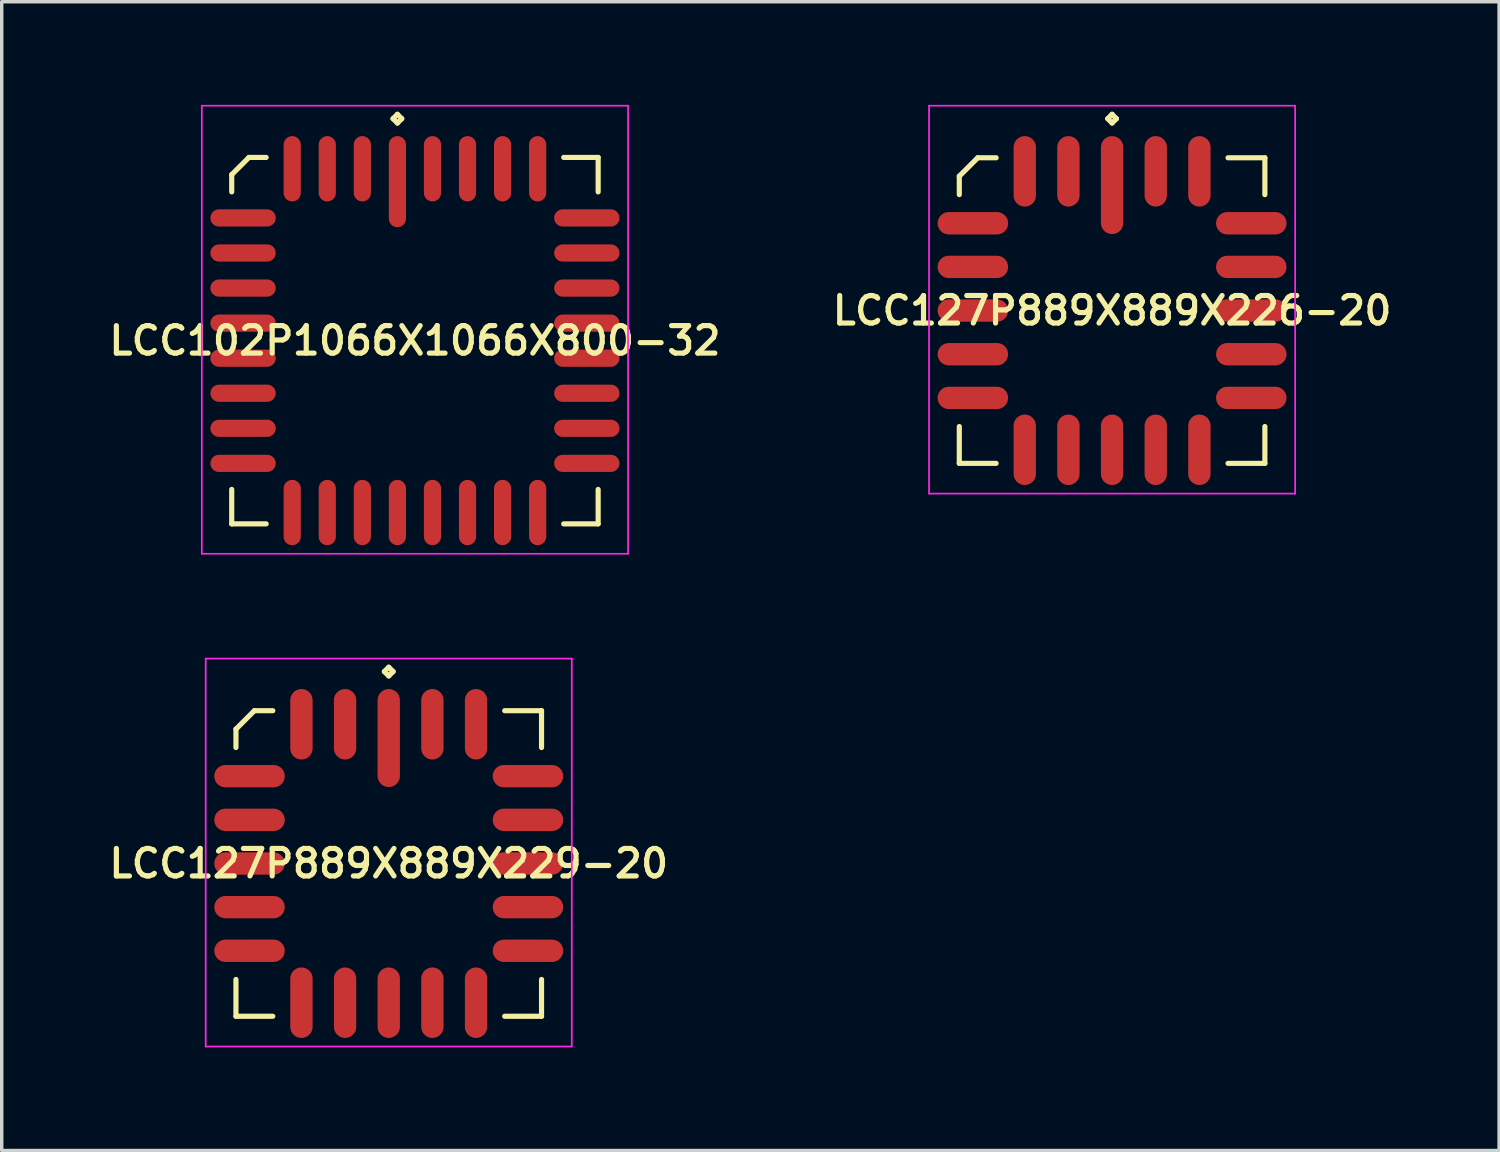
<source format=kicad_pcb>
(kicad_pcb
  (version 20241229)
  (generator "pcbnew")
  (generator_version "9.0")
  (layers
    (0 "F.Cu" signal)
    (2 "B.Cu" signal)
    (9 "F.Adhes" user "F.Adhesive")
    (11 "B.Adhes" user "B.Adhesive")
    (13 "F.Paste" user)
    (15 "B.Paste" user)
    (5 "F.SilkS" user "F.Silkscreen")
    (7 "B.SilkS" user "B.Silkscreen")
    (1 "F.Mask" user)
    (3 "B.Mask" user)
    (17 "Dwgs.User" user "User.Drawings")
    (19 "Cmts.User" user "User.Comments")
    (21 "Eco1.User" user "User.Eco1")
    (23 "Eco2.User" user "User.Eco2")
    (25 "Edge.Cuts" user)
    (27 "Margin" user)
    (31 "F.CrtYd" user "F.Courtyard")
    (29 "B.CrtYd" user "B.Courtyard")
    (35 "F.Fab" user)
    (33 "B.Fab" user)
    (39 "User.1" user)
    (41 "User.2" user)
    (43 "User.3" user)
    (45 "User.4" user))
  (footprint "LCC102P1066X1066X800-32"
    (layer "F.Cu")
    (at 9.021 6.86)
    (property "Reference" "LCC102P1066X1066X800-32" (at 0 0 0) (layer "F.SilkS") (effects (font (size 0.8 0.8) (thickness 0.15))))
    (attr smd)
    (fp_line (start -5.33 -4.829) (end -4.829 -5.33) (stroke (width 0.15) (type solid)) (layer "F.SilkS"))
    (fp_line (start -5.33 -4.328) (end -5.33 -4.829) (stroke (width 0.15) (type solid)) (layer "F.SilkS"))
    (fp_line (start -5.33 4.328) (end -5.33 5.33) (stroke (width 0.15) (type solid)) (layer "F.SilkS"))
    (fp_line (start -5.33 5.33) (end -4.328 5.33) (stroke (width 0.15) (type solid)) (layer "F.SilkS"))
    (fp_line (start -4.829 -5.33) (end -4.328 -5.33) (stroke (width 0.15) (type solid)) (layer "F.SilkS"))
    (fp_line (start -0.637 -6.458) (end -0.51 -6.585) (stroke (width 0.15) (type solid)) (layer "F.SilkS"))
    (fp_line (start -0.51 -6.585) (end -0.383 -6.458) (stroke (width 0.15) (type solid)) (layer "F.SilkS"))
    (fp_line (start -0.51 -6.331) (end -0.637 -6.458) (stroke (width 0.15) (type solid)) (layer "F.SilkS"))
    (fp_line (start -0.383 -6.458) (end -0.51 -6.331) (stroke (width 0.15) (type solid)) (layer "F.SilkS"))
    (fp_line (start 5.33 -5.33) (end 4.328 -5.33) (stroke (width 0.15) (type solid)) (layer "F.SilkS"))
    (fp_line (start 5.33 -4.328) (end 5.33 -5.33) (stroke (width 0.15) (type solid)) (layer "F.SilkS"))
    (fp_line (start 5.33 4.328) (end 5.33 5.33) (stroke (width 0.15) (type solid)) (layer "F.SilkS"))
    (fp_line (start 5.33 5.33) (end 4.328 5.33) (stroke (width 0.15) (type solid)) (layer "F.SilkS"))
    (fp_line (start -6.2 -6.835) (end 6.2 -6.835) (stroke (width 0.05) (type solid)) (layer "F.CrtYd"))
    (fp_line (start -6.2 6.2) (end -6.2 -6.835) (stroke (width 0.05) (type solid)) (layer "F.CrtYd"))
    (fp_line (start 6.2 -6.835) (end 6.2 6.2) (stroke (width 0.05) (type solid)) (layer "F.CrtYd"))
    (fp_line (start 6.2 6.2) (end -6.2 6.2) (stroke (width 0.05) (type solid)) (layer "F.CrtYd"))
    (pad "1" smd oval (at -0.51 -4.625) (size 0.5 2.65) (layers "F.Cu" "F.Mask" "F.Paste"))
    (pad "2" smd oval (at -1.53 -5) (size 0.5 1.9) (layers "F.Cu" "F.Mask" "F.Paste"))
    (pad "3" smd oval (at -2.55 -5) (size 0.5 1.9) (layers "F.Cu" "F.Mask" "F.Paste"))
    (pad "4" smd oval (at -3.57 -5) (size 0.5 1.9) (layers "F.Cu" "F.Mask" "F.Paste"))
    (pad "5" smd oval (at -5 -3.57) (size 1.9 0.5) (layers "F.Cu" "F.Mask" "F.Paste"))
    (pad "6" smd oval (at -5 -2.55) (size 1.9 0.5) (layers "F.Cu" "F.Mask" "F.Paste"))
    (pad "7" smd oval (at -5 -1.53) (size 1.9 0.5) (layers "F.Cu" "F.Mask" "F.Paste"))
    (pad "8" smd oval (at -5 -0.51) (size 1.9 0.5) (layers "F.Cu" "F.Mask" "F.Paste"))
    (pad "9" smd oval (at -5 0.51) (size 1.9 0.5) (layers "F.Cu" "F.Mask" "F.Paste"))
    (pad "10" smd oval (at -5 1.53) (size 1.9 0.5) (layers "F.Cu" "F.Mask" "F.Paste"))
    (pad "11" smd oval (at -5 2.55) (size 1.9 0.5) (layers "F.Cu" "F.Mask" "F.Paste"))
    (pad "12" smd oval (at -5 3.57) (size 1.9 0.5) (layers "F.Cu" "F.Mask" "F.Paste"))
    (pad "13" smd oval (at -3.57 5) (size 0.5 1.9) (layers "F.Cu" "F.Mask" "F.Paste"))
    (pad "14" smd oval (at -2.55 5) (size 0.5 1.9) (layers "F.Cu" "F.Mask" "F.Paste"))
    (pad "15" smd oval (at -1.53 5) (size 0.5 1.9) (layers "F.Cu" "F.Mask" "F.Paste"))
    (pad "16" smd oval (at -0.51 5) (size 0.5 1.9) (layers "F.Cu" "F.Mask" "F.Paste"))
    (pad "17" smd oval (at 0.51 5) (size 0.5 1.9) (layers "F.Cu" "F.Mask" "F.Paste"))
    (pad "18" smd oval (at 1.53 5) (size 0.5 1.9) (layers "F.Cu" "F.Mask" "F.Paste"))
    (pad "19" smd oval (at 2.55 5) (size 0.5 1.9) (layers "F.Cu" "F.Mask" "F.Paste"))
    (pad "20" smd oval (at 3.57 5) (size 0.5 1.9) (layers "F.Cu" "F.Mask" "F.Paste"))
    (pad "21" smd oval (at 5 3.57) (size 1.9 0.5) (layers "F.Cu" "F.Mask" "F.Paste"))
    (pad "22" smd oval (at 5 2.55) (size 1.9 0.5) (layers "F.Cu" "F.Mask" "F.Paste"))
    (pad "23" smd oval (at 5 1.53) (size 1.9 0.5) (layers "F.Cu" "F.Mask" "F.Paste"))
    (pad "24" smd oval (at 5 0.51) (size 1.9 0.5) (layers "F.Cu" "F.Mask" "F.Paste"))
    (pad "25" smd oval (at 5 -0.51) (size 1.9 0.5) (layers "F.Cu" "F.Mask" "F.Paste"))
    (pad "26" smd oval (at 5 -1.53) (size 1.9 0.5) (layers "F.Cu" "F.Mask" "F.Paste"))
    (pad "27" smd oval (at 5 -2.55) (size 1.9 0.5) (layers "F.Cu" "F.Mask" "F.Paste"))
    (pad "28" smd oval (at 5 -3.57) (size 1.9 0.5) (layers "F.Cu" "F.Mask" "F.Paste"))
    (pad "29" smd oval (at 3.57 -5) (size 0.5 1.9) (layers "F.Cu" "F.Mask" "F.Paste"))
    (pad "30" smd oval (at 2.55 -5) (size 0.5 1.9) (layers "F.Cu" "F.Mask" "F.Paste"))
    (pad "31" smd oval (at 1.53 -5) (size 0.5 1.9) (layers "F.Cu" "F.Mask" "F.Paste"))
    (pad "32" smd oval (at 0.51 -5) (size 0.5 1.9) (layers "F.Cu" "F.Mask" "F.Paste")))
  (footprint "LCC127P889X889X229-20"
    (layer "F.Cu")
    (at 8.259 22.07)
    (property "Reference" "LCC127P889X889X229-20" (at 0 0 0) (layer "F.SilkS") (effects (font (size 0.8 0.8) (thickness 0.15))))
    (attr smd)
    (fp_line (start -4.445 -3.909) (end -3.909 -4.445) (stroke (width 0.15) (type solid)) (layer "F.SilkS"))
    (fp_line (start -4.445 -3.373) (end -4.445 -3.909) (stroke (width 0.15) (type solid)) (layer "F.SilkS"))
    (fp_line (start -4.445 3.373) (end -4.445 4.445) (stroke (width 0.15) (type solid)) (layer "F.SilkS"))
    (fp_line (start -4.445 4.445) (end -3.373 4.445) (stroke (width 0.15) (type solid)) (layer "F.SilkS"))
    (fp_line (start -3.909 -4.445) (end -3.373 -4.445) (stroke (width 0.15) (type solid)) (layer "F.SilkS"))
    (fp_line (start -0.127 -5.583) (end 0 -5.71) (stroke (width 0.15) (type solid)) (layer "F.SilkS"))
    (fp_line (start 0 -5.71) (end 0.127 -5.583) (stroke (width 0.15) (type solid)) (layer "F.SilkS"))
    (fp_line (start 0 -5.456) (end -0.127 -5.583) (stroke (width 0.15) (type solid)) (layer "F.SilkS"))
    (fp_line (start 0.127 -5.583) (end 0 -5.456) (stroke (width 0.15) (type solid)) (layer "F.SilkS"))
    (fp_line (start 4.445 -4.445) (end 3.373 -4.445) (stroke (width 0.15) (type solid)) (layer "F.SilkS"))
    (fp_line (start 4.445 -3.373) (end 4.445 -4.445) (stroke (width 0.15) (type solid)) (layer "F.SilkS"))
    (fp_line (start 4.445 3.373) (end 4.445 4.445) (stroke (width 0.15) (type solid)) (layer "F.SilkS"))
    (fp_line (start 4.445 4.445) (end 3.373 4.445) (stroke (width 0.15) (type solid)) (layer "F.SilkS"))
    (fp_line (start -5.325 -5.96) (end 5.325 -5.96) (stroke (width 0.05) (type solid)) (layer "F.CrtYd"))
    (fp_line (start -5.325 5.325) (end -5.325 -5.96) (stroke (width 0.05) (type solid)) (layer "F.CrtYd"))
    (fp_line (start 5.325 -5.96) (end 5.325 5.325) (stroke (width 0.05) (type solid)) (layer "F.CrtYd"))
    (fp_line (start 5.325 5.325) (end -5.325 5.325) (stroke (width 0.05) (type solid)) (layer "F.CrtYd"))
    (pad "1" smd oval (at 0 -3.65) (size 0.65 2.85) (layers "F.Cu" "F.Mask" "F.Paste"))
    (pad "2" smd oval (at -1.27 -4.05) (size 0.65 2.05) (layers "F.Cu" "F.Mask" "F.Paste"))
    (pad "3" smd oval (at -2.54 -4.05) (size 0.65 2.05) (layers "F.Cu" "F.Mask" "F.Paste"))
    (pad "4" smd oval (at -4.05 -2.54) (size 2.05 0.65) (layers "F.Cu" "F.Mask" "F.Paste"))
    (pad "5" smd oval (at -4.05 -1.27) (size 2.05 0.65) (layers "F.Cu" "F.Mask" "F.Paste"))
    (pad "6" smd oval (at -4.05 0) (size 2.05 0.65) (layers "F.Cu" "F.Mask" "F.Paste"))
    (pad "7" smd oval (at -4.05 1.27) (size 2.05 0.65) (layers "F.Cu" "F.Mask" "F.Paste"))
    (pad "8" smd oval (at -4.05 2.54) (size 2.05 0.65) (layers "F.Cu" "F.Mask" "F.Paste"))
    (pad "9" smd oval (at -2.54 4.05) (size 0.65 2.05) (layers "F.Cu" "F.Mask" "F.Paste"))
    (pad "10" smd oval (at -1.27 4.05) (size 0.65 2.05) (layers "F.Cu" "F.Mask" "F.Paste"))
    (pad "11" smd oval (at 0 4.05) (size 0.65 2.05) (layers "F.Cu" "F.Mask" "F.Paste"))
    (pad "12" smd oval (at 1.27 4.05) (size 0.65 2.05) (layers "F.Cu" "F.Mask" "F.Paste"))
    (pad "13" smd oval (at 2.54 4.05) (size 0.65 2.05) (layers "F.Cu" "F.Mask" "F.Paste"))
    (pad "14" smd oval (at 4.05 2.54) (size 2.05 0.65) (layers "F.Cu" "F.Mask" "F.Paste"))
    (pad "15" smd oval (at 4.05 1.27) (size 2.05 0.65) (layers "F.Cu" "F.Mask" "F.Paste"))
    (pad "16" smd oval (at 4.05 0) (size 2.05 0.65) (layers "F.Cu" "F.Mask" "F.Paste"))
    (pad "17" smd oval (at 4.05 -1.27) (size 2.05 0.65) (layers "F.Cu" "F.Mask" "F.Paste"))
    (pad "18" smd oval (at 4.05 -2.54) (size 2.05 0.65) (layers "F.Cu" "F.Mask" "F.Paste"))
    (pad "19" smd oval (at 2.54 -4.05) (size 0.65 2.05) (layers "F.Cu" "F.Mask" "F.Paste"))
    (pad "20" smd oval (at 1.27 -4.05) (size 0.65 2.05) (layers "F.Cu" "F.Mask" "F.Paste")))
  (footprint "LCC127P889X889X226-20"
    (layer "F.Cu")
    (at 29.302 5.985)
    (property "Reference" "LCC127P889X889X226-20" (at 0 0 0) (layer "F.SilkS") (effects (font (size 0.8 0.8) (thickness 0.15))))
    (attr smd)
    (fp_line (start -4.445 -3.909) (end -3.909 -4.445) (stroke (width 0.15) (type solid)) (layer "F.SilkS"))
    (fp_line (start -4.445 -3.373) (end -4.445 -3.909) (stroke (width 0.15) (type solid)) (layer "F.SilkS"))
    (fp_line (start -4.445 3.373) (end -4.445 4.445) (stroke (width 0.15) (type solid)) (layer "F.SilkS"))
    (fp_line (start -4.445 4.445) (end -3.373 4.445) (stroke (width 0.15) (type solid)) (layer "F.SilkS"))
    (fp_line (start -3.909 -4.445) (end -3.373 -4.445) (stroke (width 0.15) (type solid)) (layer "F.SilkS"))
    (fp_line (start -0.127 -5.583) (end 0 -5.71) (stroke (width 0.15) (type solid)) (layer "F.SilkS"))
    (fp_line (start 0 -5.71) (end 0.127 -5.583) (stroke (width 0.15) (type solid)) (layer "F.SilkS"))
    (fp_line (start 0 -5.456) (end -0.127 -5.583) (stroke (width 0.15) (type solid)) (layer "F.SilkS"))
    (fp_line (start 0.127 -5.583) (end 0 -5.456) (stroke (width 0.15) (type solid)) (layer "F.SilkS"))
    (fp_line (start 4.445 -4.445) (end 3.373 -4.445) (stroke (width 0.15) (type solid)) (layer "F.SilkS"))
    (fp_line (start 4.445 -3.373) (end 4.445 -4.445) (stroke (width 0.15) (type solid)) (layer "F.SilkS"))
    (fp_line (start 4.445 3.373) (end 4.445 4.445) (stroke (width 0.15) (type solid)) (layer "F.SilkS"))
    (fp_line (start 4.445 4.445) (end 3.373 4.445) (stroke (width 0.15) (type solid)) (layer "F.SilkS"))
    (fp_line (start -5.325 -5.96) (end 5.325 -5.96) (stroke (width 0.05) (type solid)) (layer "F.CrtYd"))
    (fp_line (start -5.325 5.325) (end -5.325 -5.96) (stroke (width 0.05) (type solid)) (layer "F.CrtYd"))
    (fp_line (start 5.325 -5.96) (end 5.325 5.325) (stroke (width 0.05) (type solid)) (layer "F.CrtYd"))
    (fp_line (start 5.325 5.325) (end -5.325 5.325) (stroke (width 0.05) (type solid)) (layer "F.CrtYd"))
    (pad "1" smd oval (at 0 -3.65) (size 0.65 2.85) (layers "F.Cu" "F.Mask" "F.Paste"))
    (pad "2" smd oval (at -1.27 -4.05) (size 0.65 2.05) (layers "F.Cu" "F.Mask" "F.Paste"))
    (pad "3" smd oval (at -2.54 -4.05) (size 0.65 2.05) (layers "F.Cu" "F.Mask" "F.Paste"))
    (pad "4" smd oval (at -4.05 -2.54) (size 2.05 0.65) (layers "F.Cu" "F.Mask" "F.Paste"))
    (pad "5" smd oval (at -4.05 -1.27) (size 2.05 0.65) (layers "F.Cu" "F.Mask" "F.Paste"))
    (pad "6" smd oval (at -4.05 0) (size 2.05 0.65) (layers "F.Cu" "F.Mask" "F.Paste"))
    (pad "7" smd oval (at -4.05 1.27) (size 2.05 0.65) (layers "F.Cu" "F.Mask" "F.Paste"))
    (pad "8" smd oval (at -4.05 2.54) (size 2.05 0.65) (layers "F.Cu" "F.Mask" "F.Paste"))
    (pad "9" smd oval (at -2.54 4.05) (size 0.65 2.05) (layers "F.Cu" "F.Mask" "F.Paste"))
    (pad "10" smd oval (at -1.27 4.05) (size 0.65 2.05) (layers "F.Cu" "F.Mask" "F.Paste"))
    (pad "11" smd oval (at 0 4.05) (size 0.65 2.05) (layers "F.Cu" "F.Mask" "F.Paste"))
    (pad "12" smd oval (at 1.27 4.05) (size 0.65 2.05) (layers "F.Cu" "F.Mask" "F.Paste"))
    (pad "13" smd oval (at 2.54 4.05) (size 0.65 2.05) (layers "F.Cu" "F.Mask" "F.Paste"))
    (pad "14" smd oval (at 4.05 2.54) (size 2.05 0.65) (layers "F.Cu" "F.Mask" "F.Paste"))
    (pad "15" smd oval (at 4.05 1.27) (size 2.05 0.65) (layers "F.Cu" "F.Mask" "F.Paste"))
    (pad "16" smd oval (at 4.05 0) (size 2.05 0.65) (layers "F.Cu" "F.Mask" "F.Paste"))
    (pad "17" smd oval (at 4.05 -1.27) (size 2.05 0.65) (layers "F.Cu" "F.Mask" "F.Paste"))
    (pad "18" smd oval (at 4.05 -2.54) (size 2.05 0.65) (layers "F.Cu" "F.Mask" "F.Paste"))
    (pad "19" smd oval (at 2.54 -4.05) (size 0.65 2.05) (layers "F.Cu" "F.Mask" "F.Paste"))
    (pad "20" smd oval (at 1.27 -4.05) (size 0.65 2.05) (layers "F.Cu" "F.Mask" "F.Paste")))
  (gr_rect
    (start -3 -3)
    (end 40.561 30.42)
    (stroke (width 0.1) (type default))
    (fill no)
    (layer "Edge.Cuts")))
</source>
